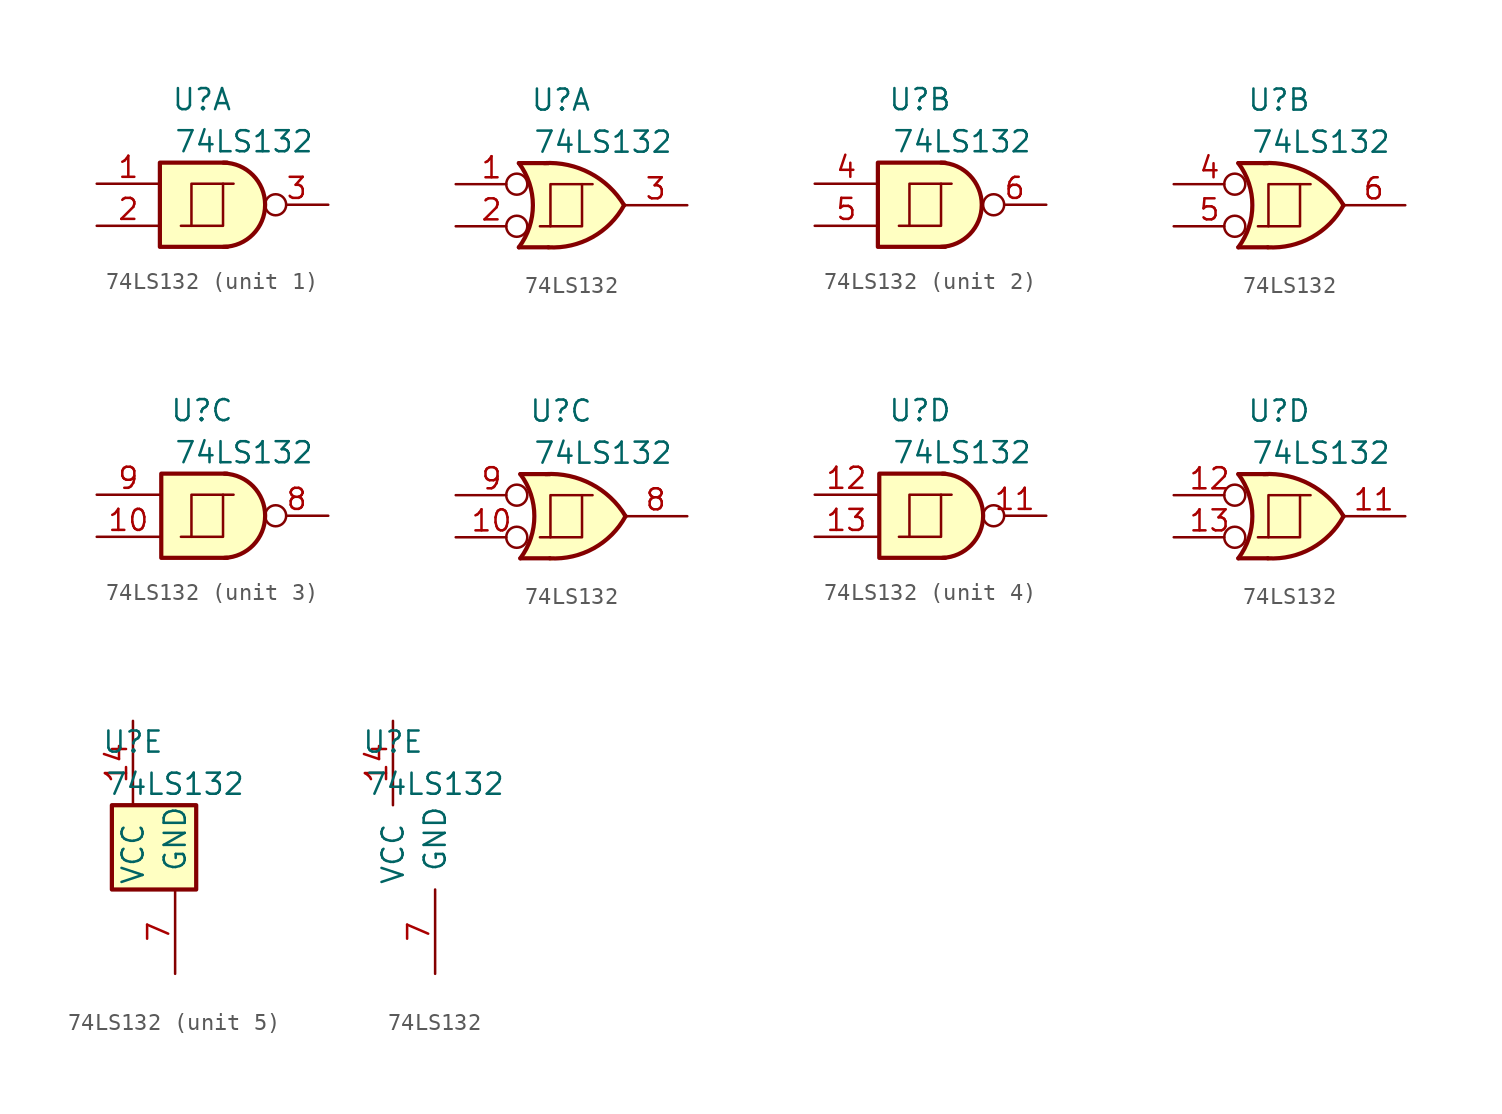
<source format=kicad_sym>
(kicad_symbol_lib
  (version 20220914)
  (generator kicad_symbol_editor)
  (symbol "74LS132"
    (pin_names
      (offset 1.016))
    (property "Reference" "U"
      (at -1.27 6.35 0)
      (effects (font (size 1.27 1.27))))
    (property "Value" "74LS132"
      (at 1.27 3.81 0)
      (effects (font (size 1.27 1.27))))
    (property "ki_locked" ""
      (at 0 0 0)
      (effects (font (size 1.27 1.27))))
    (symbol "74LS132_1_0"
      (polyline (pts (xy 0 1.27) (xy 0 -1.27) (xy -2.54 -1.27)) (stroke (width 0) (type default)) (fill (type none)))
      (polyline (pts (xy 0.635 1.27) (xy -1.905 1.27) (xy -1.905 -1.27)) (stroke (width 0) (type default)) (fill (type none))))
    (symbol "74LS132_1_1"
      (polyline (pts (xy 0.254 2.54) (xy -3.81 2.54) (xy -3.81 -2.54) (xy 0.254 -2.54)) (stroke (width 0.254) (type default)) (fill (type background)))
      (arc (start 0.0225 -2.54) (mid 2.5401 0) (end 0.0225 2.54) (stroke (width 0.254) (type default)) (fill (type background)))
      (pin input line (at -7.62 1.27 0) (length 3.81) (name "~" (effects (font (size 1.27 1.27)))) (number "1" (effects (font (size 1.27 1.27)))))
      (pin input line (at -7.62 -1.27 0) (length 3.81) (name "~" (effects (font (size 1.27 1.27)))) (number "2" (effects (font (size 1.27 1.27)))))
      (pin output inverted (at 6.35 0 180) (length 3.81) (name "~" (effects (font (size 1.27 1.27)))) (number "3" (effects (font (size 1.27 1.27))))))
    (symbol "74LS132_1_2"
      (arc (start -3.81 -2.54) (mid -2.964 0) (end -3.81 2.54) (stroke (width 0.254) (type default)) (fill (type none)))
      (arc (start -2.032 -2.54) (mid 0.6219 -1.9322) (end 2.54 0) (stroke (width 0.254) (type default)) (fill (type background)))
      (polyline (pts (xy -3.81 -2.54) (xy -2.032 -2.54)) (stroke (width 0.254) (type default)) (fill (type none)))
      (polyline (pts (xy -3.81 2.54) (xy -2.032 2.54)) (stroke (width 0.254) (type default)) (fill (type none)))
      (polyline (pts (xy -1.27 2.54) (xy -3.81 2.54) (xy -3.175 1.27) (xy -2.794 0) (xy -3.175 -1.27) (xy -3.81 -2.54) (xy -1.27 -2.54)) (stroke (width -25.4) (type default)) (fill (type background)))
      (arc (start 2.54 0) (mid 0.4797 1.9402) (end -2.286 2.54) (stroke (width 0.254) (type default)) (fill (type background)))
      (pin input inverted (at -7.62 1.27 0) (length 4.318) (name "~" (effects (font (size 1.27 1.27)))) (number "1" (effects (font (size 1.27 1.27)))))
      (pin input inverted (at -7.62 -1.27 0) (length 4.318) (name "~" (effects (font (size 1.27 1.27)))) (number "2" (effects (font (size 1.27 1.27)))))
      (pin output line (at 6.35 0 180) (length 3.81) (name "~" (effects (font (size 1.27 1.27)))) (number "3" (effects (font (size 1.27 1.27))))))
    (symbol "74LS132_2_0"
      (polyline (pts (xy 0 1.27) (xy 0 -1.27) (xy -2.54 -1.27)) (stroke (width 0) (type default)) (fill (type none)))
      (polyline (pts (xy 0.635 1.27) (xy -1.905 1.27) (xy -1.905 -1.27)) (stroke (width 0) (type default)) (fill (type none))))
    (symbol "74LS132_2_1"
      (arc (start 0 -2.54) (mid 2.4571 0) (end 0 2.54) (stroke (width 0.254) (type default)) (fill (type background)))
      (polyline (pts (xy 0.254 2.54) (xy -3.81 2.54) (xy -3.81 -2.54) (xy 0.254 -2.54)) (stroke (width 0.254) (type default)) (fill (type background)))
      (pin input line (at -7.62 1.27 0) (length 3.81) (name "~" (effects (font (size 1.27 1.27)))) (number "4" (effects (font (size 1.27 1.27)))))
      (pin input line (at -7.62 -1.27 0) (length 3.81) (name "~" (effects (font (size 1.27 1.27)))) (number "5" (effects (font (size 1.27 1.27)))))
      (pin output inverted (at 6.35 0 180) (length 3.81) (name "~" (effects (font (size 1.27 1.27)))) (number "6" (effects (font (size 1.27 1.27))))))
    (symbol "74LS132_2_2"
      (arc (start -3.722 -2.54) (mid -2.876 0) (end -3.722 2.54) (stroke (width 0.254) (type default)) (fill (type none)))
      (arc (start -1.944 -2.54) (mid 0.7099 -1.9322) (end 2.628 0) (stroke (width 0.254) (type default)) (fill (type background)))
      (polyline (pts (xy -3.722 -2.54) (xy -1.944 -2.54)) (stroke (width 0.254) (type default)) (fill (type none)))
      (polyline (pts (xy -3.722 2.54) (xy -1.944 2.54)) (stroke (width 0.254) (type default)) (fill (type none)))
      (polyline (pts (xy -1.182 2.54) (xy -3.722 2.54) (xy -3.087 1.27) (xy -2.706 0) (xy -3.087 -1.27) (xy -3.722 -2.54) (xy -1.182 -2.54)) (stroke (width -25.4) (type default)) (fill (type background)))
      (arc (start 2.628 0) (mid 0.5677 1.9402) (end -2.198 2.54) (stroke (width 0.254) (type default)) (fill (type background)))
      (pin input inverted (at -7.62 1.27 0) (length 4.318) (name "~" (effects (font (size 1.27 1.27)))) (number "4" (effects (font (size 1.27 1.27)))))
      (pin input inverted (at -7.62 -1.27 0) (length 4.318) (name "~" (effects (font (size 1.27 1.27)))) (number "5" (effects (font (size 1.27 1.27)))))
      (pin output line (at 6.35 0 180) (length 3.81) (name "~" (effects (font (size 1.27 1.27)))) (number "6" (effects (font (size 1.27 1.27))))))
    (symbol "74LS132_3_0"
      (polyline (pts (xy 0 1.27) (xy 0 -1.27) (xy -2.54 -1.27)) (stroke (width 0) (type default)) (fill (type none)))
      (polyline (pts (xy 0.635 1.27) (xy -1.905 1.27) (xy -1.905 -1.27)) (stroke (width 0) (type default)) (fill (type none))))
    (symbol "74LS132_3_1"
      (polyline (pts (xy 0.254 2.54) (xy -3.726 2.54) (xy -3.726 -2.54) (xy 0.254 -2.54)) (stroke (width 0.254) (type default)) (fill (type background)))
      (arc (start 0.0843 -2.54) (mid 2.5414 0) (end 0.0843 2.54) (stroke (width 0.254) (type default)) (fill (type background)))
      (pin input line (at -7.62 -1.27 0) (length 3.81) (name "~" (effects (font (size 1.27 1.27)))) (number "10" (effects (font (size 1.27 1.27)))))
      (pin output inverted (at 6.35 0 180) (length 3.81) (name "~" (effects (font (size 1.27 1.27)))) (number "8" (effects (font (size 1.27 1.27)))))
      (pin input line (at -7.62 1.27 0) (length 3.81) (name "~" (effects (font (size 1.27 1.27)))) (number "9" (effects (font (size 1.27 1.27))))))
    (symbol "74LS132_3_2"
      (arc (start -3.722 -2.54) (mid -2.876 0) (end -3.722 2.54) (stroke (width 0.254) (type default)) (fill (type none)))
      (arc (start -1.944 -2.54) (mid 0.7099 -1.9322) (end 2.628 0) (stroke (width 0.254) (type default)) (fill (type background)))
      (polyline (pts (xy -3.722 -2.54) (xy -1.944 -2.54)) (stroke (width 0.254) (type default)) (fill (type none)))
      (polyline (pts (xy -3.722 2.54) (xy -1.944 2.54)) (stroke (width 0.254) (type default)) (fill (type none)))
      (polyline (pts (xy -1.182 2.54) (xy -3.722 2.54) (xy -3.087 1.27) (xy -2.706 0) (xy -3.087 -1.27) (xy -3.722 -2.54) (xy -1.182 -2.54)) (stroke (width -25.4) (type default)) (fill (type background)))
      (arc (start 2.628 0) (mid 0.5677 1.9402) (end -2.198 2.54) (stroke (width 0.254) (type default)) (fill (type background)))
      (pin input inverted (at -7.62 -1.27 0) (length 4.318) (name "~" (effects (font (size 1.27 1.27)))) (number "10" (effects (font (size 1.27 1.27)))))
      (pin output line (at 6.35 0 180) (length 3.81) (name "~" (effects (font (size 1.27 1.27)))) (number "8" (effects (font (size 1.27 1.27)))))
      (pin input inverted (at -7.62 1.27 0) (length 4.318) (name "~" (effects (font (size 1.27 1.27)))) (number "9" (effects (font (size 1.27 1.27))))))
    (symbol "74LS132_4_0"
      (polyline (pts (xy 0 1.27) (xy 0 -1.27) (xy -2.54 -1.27)) (stroke (width 0) (type default)) (fill (type none)))
      (polyline (pts (xy 0.635 1.27) (xy -1.905 1.27) (xy -1.905 -1.27)) (stroke (width 0) (type default)) (fill (type none))))
    (symbol "74LS132_4_1"
      (polyline (pts (xy 0.254 2.54) (xy -3.726 2.54) (xy -3.726 -2.54) (xy 0.254 -2.54)) (stroke (width 0.254) (type default)) (fill (type background)))
      (arc (start 0.0843 -2.54) (mid 2.5414 0) (end 0.0843 2.54) (stroke (width 0.254) (type default)) (fill (type background)))
      (pin output inverted (at 6.35 0 180) (length 3.81) (name "~" (effects (font (size 1.27 1.27)))) (number "11" (effects (font (size 1.27 1.27)))))
      (pin input line (at -7.62 1.27 0) (length 3.81) (name "~" (effects (font (size 1.27 1.27)))) (number "12" (effects (font (size 1.27 1.27)))))
      (pin input line (at -7.62 -1.27 0) (length 3.81) (name "~" (effects (font (size 1.27 1.27)))) (number "13" (effects (font (size 1.27 1.27))))))
    (symbol "74LS132_4_2"
      (arc (start -3.722 -2.54) (mid -2.876 0) (end -3.722 2.54) (stroke (width 0.254) (type default)) (fill (type none)))
      (arc (start -1.944 -2.54) (mid 0.7099 -1.9322) (end 2.628 0) (stroke (width 0.254) (type default)) (fill (type background)))
      (polyline (pts (xy -3.722 -2.54) (xy -1.944 -2.54)) (stroke (width 0.254) (type default)) (fill (type none)))
      (polyline (pts (xy -3.722 2.54) (xy -1.944 2.54)) (stroke (width 0.254) (type default)) (fill (type none)))
      (polyline (pts (xy -1.182 2.54) (xy -3.722 2.54) (xy -3.087 1.27) (xy -2.706 0) (xy -3.087 -1.27) (xy -3.722 -2.54) (xy -1.182 -2.54)) (stroke (width -25.4) (type default)) (fill (type background)))
      (arc (start 2.628 0) (mid 0.5677 1.9402) (end -2.198 2.54) (stroke (width 0.254) (type default)) (fill (type background)))
      (pin output line (at 6.35 0 180) (length 3.81) (name "~" (effects (font (size 1.27 1.27)))) (number "11" (effects (font (size 1.27 1.27)))))
      (pin input inverted (at -7.62 1.27 0) (length 4.318) (name "~" (effects (font (size 1.27 1.27)))) (number "12" (effects (font (size 1.27 1.27)))))
      (pin input inverted (at -7.62 -1.27 0) (length 4.318) (name "~" (effects (font (size 1.27 1.27)))) (number "13" (effects (font (size 1.27 1.27))))))
    (symbol "74LS132_5_0"
      (pin power_in line (at -1.27 7.62 270) (length 5.08) (name "VCC" (effects (font (size 1.27 1.27)))) (number "14" (effects (font (size 1.27 1.27)))))
      (pin power_in line (at 1.27 -7.62 90) (length 5.08) (name "GND" (effects (font (size 1.27 1.27)))) (number "7" (effects (font (size 1.27 1.27))))))
    (symbol "74LS132_5_1"
      (rectangle (start -2.54 2.54) (end 2.54 -2.54) (stroke (width 0.254) (type default)) (fill (type background))))))
</source>
